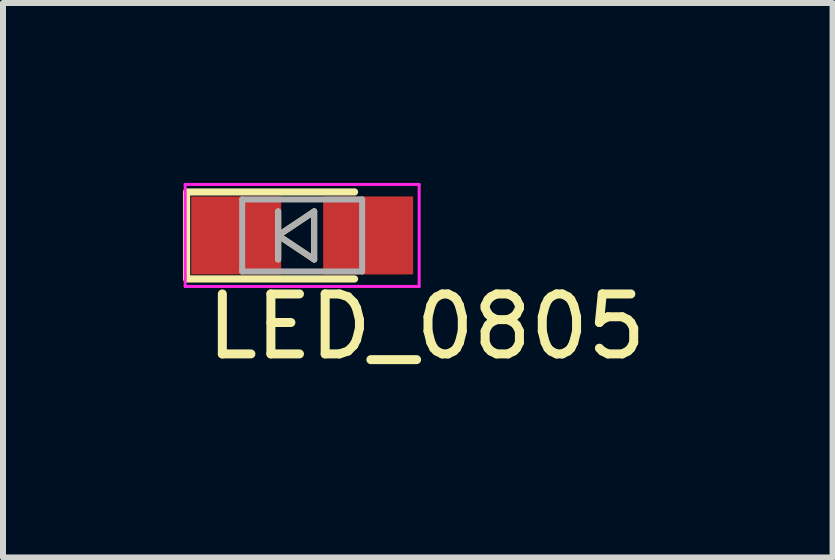
<source format=kicad_pcb>
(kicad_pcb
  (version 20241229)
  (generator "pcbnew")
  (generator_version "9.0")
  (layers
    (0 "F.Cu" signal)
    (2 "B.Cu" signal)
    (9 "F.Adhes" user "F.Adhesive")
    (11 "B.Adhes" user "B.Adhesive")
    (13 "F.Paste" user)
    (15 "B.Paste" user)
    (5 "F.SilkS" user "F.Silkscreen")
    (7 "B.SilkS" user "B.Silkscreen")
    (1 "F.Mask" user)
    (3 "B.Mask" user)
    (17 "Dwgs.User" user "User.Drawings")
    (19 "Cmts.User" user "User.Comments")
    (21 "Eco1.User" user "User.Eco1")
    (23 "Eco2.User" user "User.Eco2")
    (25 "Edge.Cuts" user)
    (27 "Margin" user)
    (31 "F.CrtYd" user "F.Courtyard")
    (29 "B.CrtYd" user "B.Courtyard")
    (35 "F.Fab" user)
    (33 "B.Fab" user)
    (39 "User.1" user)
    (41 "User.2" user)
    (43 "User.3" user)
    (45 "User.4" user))
  (footprint "LED_0805"
    (layer "F.Cu")
    (at 1.987 0.875)
    (property "Reference" "LED_0805" (at 2.074 1.52 0) (layer "F.SilkS") (effects (font (size 1 1) (thickness 0.15))))
    (attr smd)
    (fp_line (start -1.927 -0.725) (end 0.873 -0.725) (stroke (width 0.12) (type solid)) (layer "F.SilkS"))
    (fp_line (start -1.927 -0.7) (end -1.927 0.7) (stroke (width 0.12) (type solid)) (layer "F.SilkS"))
    (fp_line (start -1.927 0.725) (end 0.873 0.725) (stroke (width 0.12) (type solid)) (layer "F.SilkS"))
    (fp_line (start -0.4 -0.4) (end -0.4 0.4) (stroke (width 0.1) (type solid)) (layer "F.SilkS"))
    (fp_line (start -0.4 0) (end 0.2 -0.4) (stroke (width 0.1) (type solid)) (layer "F.SilkS"))
    (fp_line (start 0.2 -0.4) (end 0.2 0.4) (stroke (width 0.1) (type solid)) (layer "F.SilkS"))
    (fp_line (start 0.2 0.4) (end -0.4 0) (stroke (width 0.1) (type solid)) (layer "F.SilkS"))
    (fp_line (start -1.95 -0.85) (end 1.95 -0.85) (stroke (width 0.05) (type solid)) (layer "F.CrtYd"))
    (fp_line (start -1.95 0.85) (end -1.95 -0.85) (stroke (width 0.05) (type solid)) (layer "F.CrtYd"))
    (fp_line (start 1.95 -0.85) (end 1.95 0.85) (stroke (width 0.05) (type solid)) (layer "F.CrtYd"))
    (fp_line (start 1.95 0.85) (end -1.95 0.85) (stroke (width 0.05) (type solid)) (layer "F.CrtYd"))
    (fp_line (start -1 -0.6) (end 1 -0.6) (stroke (width 0.1) (type solid)) (layer "F.Fab"))
    (fp_line (start -1 0.6) (end -1 -0.6) (stroke (width 0.1) (type solid)) (layer "F.Fab"))
    (fp_line (start -0.4 -0.4) (end -0.4 0.4) (stroke (width 0.1) (type solid)) (layer "F.Fab"))
    (fp_line (start -0.4 0) (end 0.2 -0.4) (stroke (width 0.1) (type solid)) (layer "F.Fab"))
    (fp_line (start 0.2 -0.4) (end 0.2 0.4) (stroke (width 0.1) (type solid)) (layer "F.Fab"))
    (fp_line (start 0.2 0.4) (end -0.4 0) (stroke (width 0.1) (type solid)) (layer "F.Fab"))
    (fp_line (start 1 -0.6) (end 1 0.6) (stroke (width 0.1) (type solid)) (layer "F.Fab"))
    (fp_line (start 1 0.6) (end -1 0.6) (stroke (width 0.1) (type solid)) (layer "F.Fab"))
    (pad "1" smd rect (at -1.1 0 180) (size 1.5 1.3) (layers "F.Cu" "F.Mask" "F.Paste"))
    (pad "2" smd rect (at 1.1 0 180) (size 1.5 1.3) (layers "F.Cu" "F.Mask" "F.Paste")))
  (gr_rect
    (start -3 -3)
    (end 10.829 6.243)
    (stroke (width 0.1) (type default))
    (fill no)
    (layer "Edge.Cuts")))
</source>
